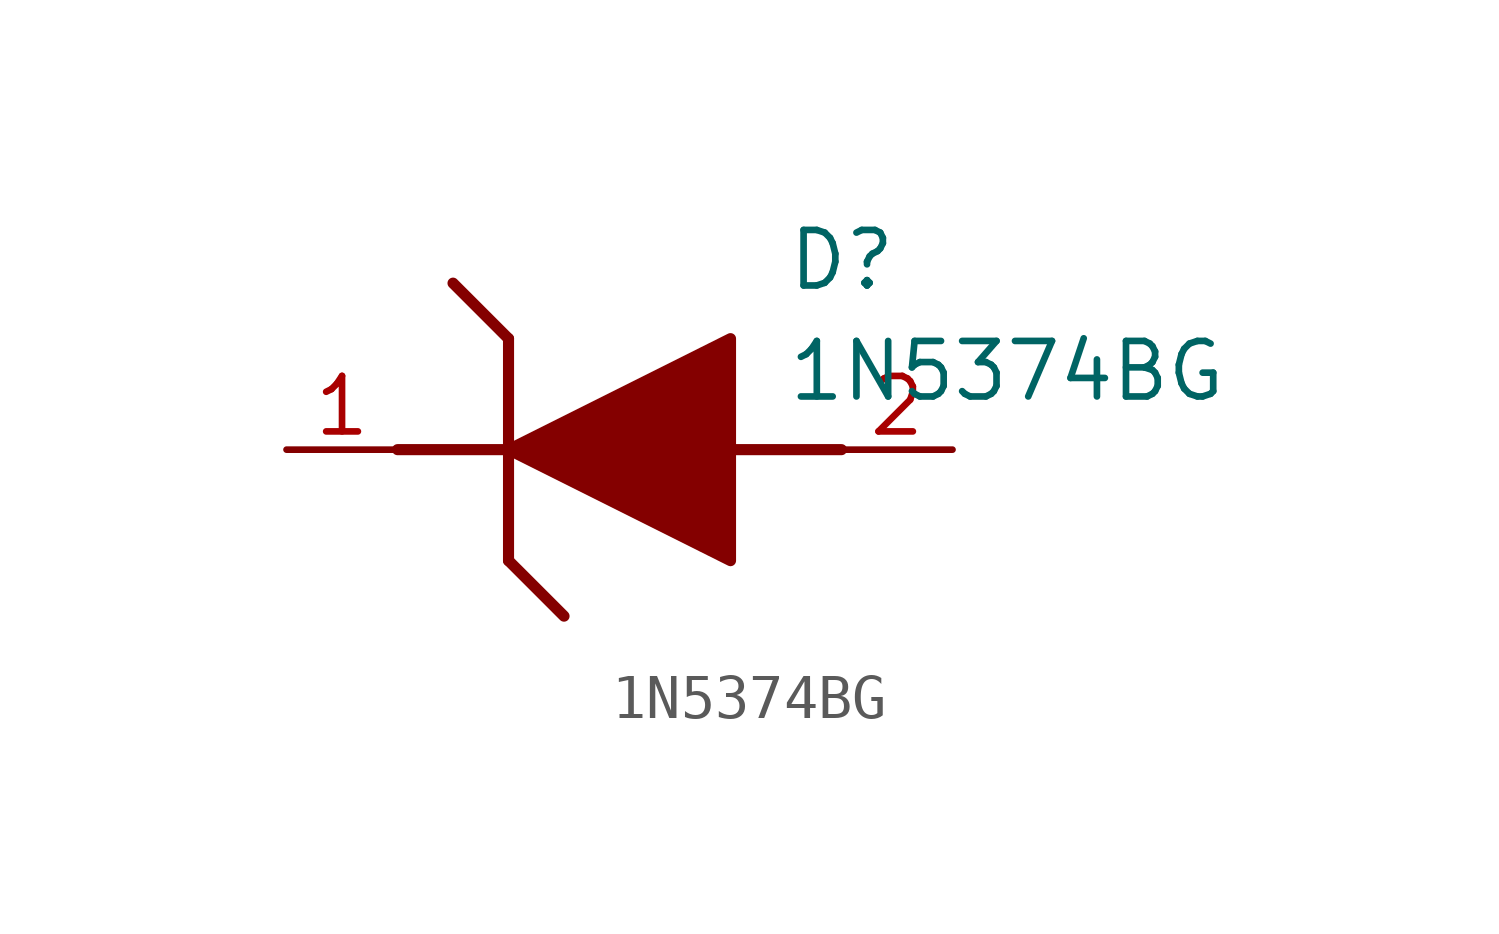
<source format=kicad_sym>
(kicad_symbol_lib
  (version 20231120)
  (generator "kicad_symbol_editor")
  (generator_version "8.0")
  (symbol "1N5374BG"
    (pin_names hide)
    (property "Reference" "D"
      (at 11.43 5.08 0)
      (effects (font (size 1.27 1.27)) (justify left top)))
    (property "Value" "1N5374BG"
      (at 11.43 2.54 0)
      (effects (font (size 1.27 1.27)) (justify left top)))
    (symbol "1N5374BG_1_1"
      (polyline (pts (xy 2.54 0) (xy 5.08 0)) (stroke (width 0.254) (type default)) (fill (type none)))
      (polyline (pts (xy 5.08 -2.54) (xy 6.35 -3.81)) (stroke (width 0.254) (type default)) (fill (type none)))
      (polyline (pts (xy 5.08 2.54) (xy 3.81 3.81)) (stroke (width 0.254) (type default)) (fill (type none)))
      (polyline (pts (xy 5.08 2.54) (xy 5.08 -2.54)) (stroke (width 0.254) (type default)) (fill (type none)))
      (polyline (pts (xy 10.16 0) (xy 12.7 0)) (stroke (width 0.254) (type default)) (fill (type none)))
      (polyline (pts (xy 5.08 0) (xy 10.16 2.54) (xy 10.16 -2.54) (xy 5.08 0)) (stroke (width 0.254) (type default)) (fill (type outline)))
      (pin passive line (at 0 0 0) (length 2.54) (name "K" (effects (font (size 1.27 1.27)))) (number "1" (effects (font (size 1.27 1.27)))))
      (pin passive line (at 15.24 0 180) (length 2.54) (name "A" (effects (font (size 1.27 1.27)))) (number "2" (effects (font (size 1.27 1.27))))))))
</source>
